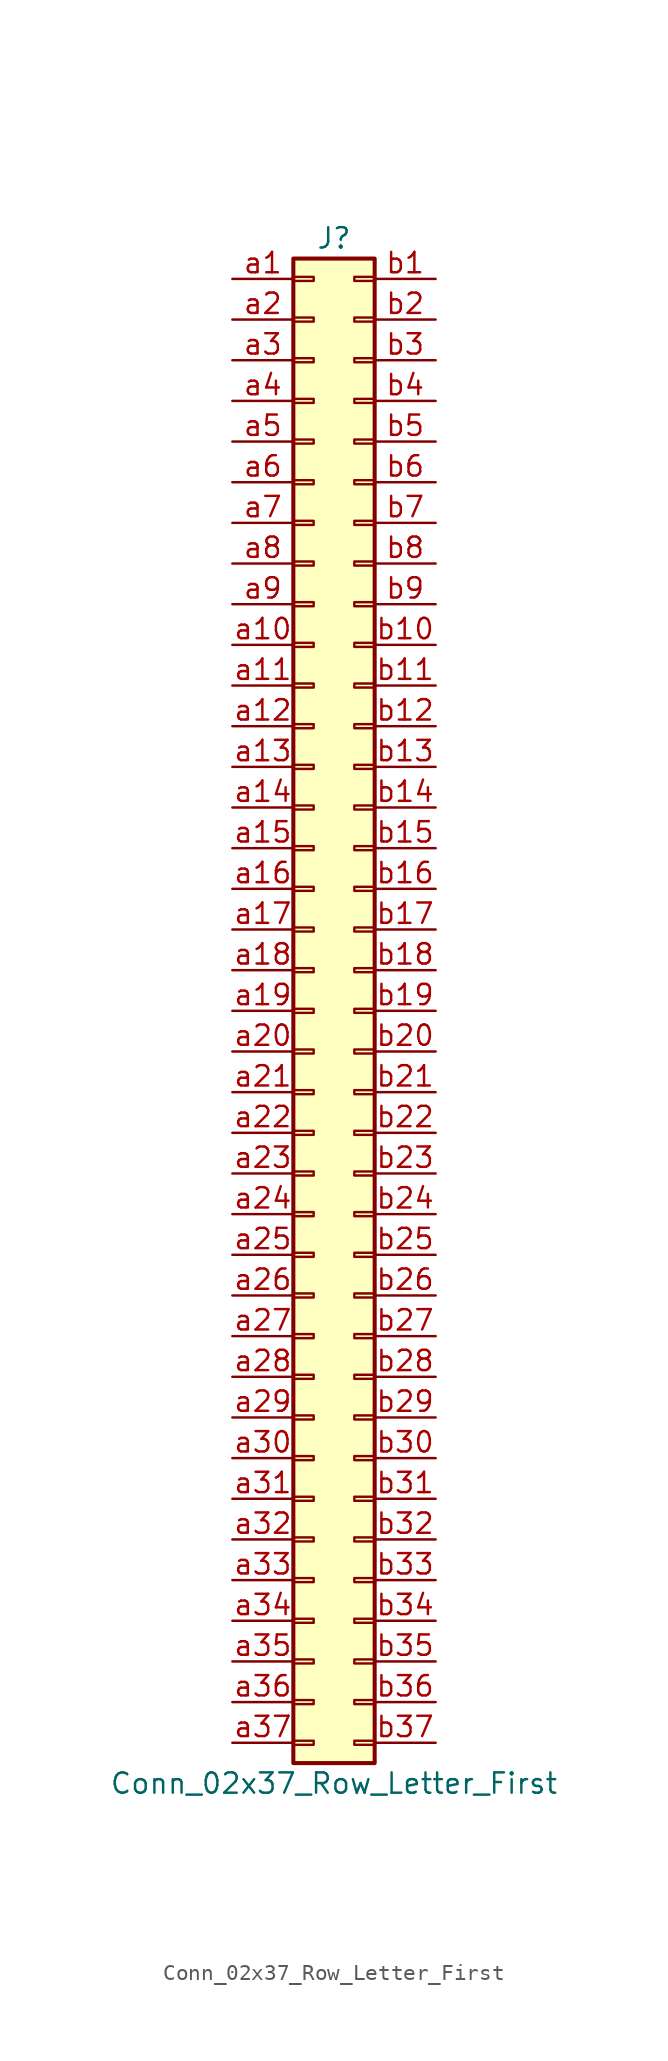
<source format=kicad_sym>
(kicad_symbol_lib
  (version 20201005)
  (generator kicad_symbol_editor)
  (symbol "Connector_Generic:Conn_02x37_Row_Letter_First"
    (pin_names
      (offset 1.016) hide)
    (property "Reference" "J"
      (at 1.27 48.26 0)
      (effects (font (size 1.27 1.27))))
    (property "Value" "Conn_02x37_Row_Letter_First"
      (at 1.27 -48.26 0)
      (effects (font (size 1.27 1.27))))
    (symbol "Conn_02x37_Row_Letter_First_1_1"
      (rectangle (start -1.27 -27.813) (end 0 -28.067) (stroke (width 0.152)) (fill (type none)))
      (rectangle (start -1.27 -30.353) (end 0 -30.607) (stroke (width 0.152)) (fill (type none)))
      (rectangle (start -1.27 -32.893) (end 0 -33.147) (stroke (width 0.152)) (fill (type none)))
      (rectangle (start -1.27 -35.433) (end 0 -35.687) (stroke (width 0.152)) (fill (type none)))
      (rectangle (start -1.27 -37.973) (end 0 -38.227) (stroke (width 0.152)) (fill (type none)))
      (rectangle (start -1.27 -40.513) (end 0 -40.767) (stroke (width 0.152)) (fill (type none)))
      (rectangle (start -1.27 -43.053) (end 0 -43.307) (stroke (width 0.152)) (fill (type none)))
      (rectangle (start -1.27 -45.593) (end 0 -45.847) (stroke (width 0.152)) (fill (type none)))
      (rectangle (start -1.27 -4.953) (end 0 -5.207) (stroke (width 0.152)) (fill (type none)))
      (rectangle (start -1.27 -7.493) (end 0 -7.747) (stroke (width 0.152)) (fill (type none)))
      (rectangle (start -1.27 -10.033) (end 0 -10.287) (stroke (width 0.152)) (fill (type none)))
      (rectangle (start -1.27 -12.573) (end 0 -12.827) (stroke (width 0.152)) (fill (type none)))
      (rectangle (start -1.27 -15.113) (end 0 -15.367) (stroke (width 0.152)) (fill (type none)))
      (rectangle (start -1.27 -17.653) (end 0 -17.907) (stroke (width 0.152)) (fill (type none)))
      (rectangle (start -1.27 -20.193) (end 0 -20.447) (stroke (width 0.152)) (fill (type none)))
      (rectangle (start -1.27 -22.733) (end 0 -22.987) (stroke (width 0.152)) (fill (type none)))
      (rectangle (start -1.27 -2.413) (end 0 -2.667) (stroke (width 0.152)) (fill (type none)))
      (rectangle (start -1.27 -25.273) (end 0 -25.527) (stroke (width 0.152)) (fill (type none)))
      (rectangle (start -1.27 25.527) (end 0 25.273) (stroke (width 0.152)) (fill (type none)))
      (rectangle (start -1.27 2.667) (end 0 2.413) (stroke (width 0.152)) (fill (type none)))
      (rectangle (start -1.27 28.067) (end 0 27.813) (stroke (width 0.152)) (fill (type none)))
      (rectangle (start -1.27 30.607) (end 0 30.353) (stroke (width 0.152)) (fill (type none)))
      (rectangle (start -1.27 33.147) (end 0 32.893) (stroke (width 0.152)) (fill (type none)))
      (rectangle (start -1.27 35.687) (end 0 35.433) (stroke (width 0.152)) (fill (type none)))
      (rectangle (start -1.27 38.227) (end 0 37.973) (stroke (width 0.152)) (fill (type none)))
      (rectangle (start -1.27 40.767) (end 0 40.513) (stroke (width 0.152)) (fill (type none)))
      (rectangle (start -1.27 43.307) (end 0 43.053) (stroke (width 0.152)) (fill (type none)))
      (rectangle (start -1.27 45.847) (end 0 45.593) (stroke (width 0.152)) (fill (type none)))
      (rectangle (start -1.27 46.99) (end 3.81 -46.99) (stroke (width 0.254)) (fill (type background)))
      (rectangle (start -1.27 5.207) (end 0 4.953) (stroke (width 0.152)) (fill (type none)))
      (rectangle (start -1.27 7.747) (end 0 7.493) (stroke (width 0.152)) (fill (type none)))
      (rectangle (start -1.27 10.287) (end 0 10.033) (stroke (width 0.152)) (fill (type none)))
      (rectangle (start -1.27 0.127) (end 0 -0.127) (stroke (width 0.152)) (fill (type none)))
      (rectangle (start -1.27 12.827) (end 0 12.573) (stroke (width 0.152)) (fill (type none)))
      (rectangle (start -1.27 15.367) (end 0 15.113) (stroke (width 0.152)) (fill (type none)))
      (rectangle (start -1.27 17.907) (end 0 17.653) (stroke (width 0.152)) (fill (type none)))
      (rectangle (start -1.27 20.447) (end 0 20.193) (stroke (width 0.152)) (fill (type none)))
      (rectangle (start -1.27 22.987) (end 0 22.733) (stroke (width 0.152)) (fill (type none)))
      (rectangle (start 3.81 -27.813) (end 2.54 -28.067) (stroke (width 0.152)) (fill (type none)))
      (rectangle (start 3.81 -30.353) (end 2.54 -30.607) (stroke (width 0.152)) (fill (type none)))
      (rectangle (start 3.81 -32.893) (end 2.54 -33.147) (stroke (width 0.152)) (fill (type none)))
      (rectangle (start 3.81 -35.433) (end 2.54 -35.687) (stroke (width 0.152)) (fill (type none)))
      (rectangle (start 3.81 -37.973) (end 2.54 -38.227) (stroke (width 0.152)) (fill (type none)))
      (rectangle (start 3.81 -40.513) (end 2.54 -40.767) (stroke (width 0.152)) (fill (type none)))
      (rectangle (start 3.81 -43.053) (end 2.54 -43.307) (stroke (width 0.152)) (fill (type none)))
      (rectangle (start 3.81 -45.593) (end 2.54 -45.847) (stroke (width 0.152)) (fill (type none)))
      (rectangle (start 3.81 -4.953) (end 2.54 -5.207) (stroke (width 0.152)) (fill (type none)))
      (rectangle (start 3.81 -7.493) (end 2.54 -7.747) (stroke (width 0.152)) (fill (type none)))
      (rectangle (start 3.81 -10.033) (end 2.54 -10.287) (stroke (width 0.152)) (fill (type none)))
      (rectangle (start 3.81 -12.573) (end 2.54 -12.827) (stroke (width 0.152)) (fill (type none)))
      (rectangle (start 3.81 -15.113) (end 2.54 -15.367) (stroke (width 0.152)) (fill (type none)))
      (rectangle (start 3.81 -17.653) (end 2.54 -17.907) (stroke (width 0.152)) (fill (type none)))
      (rectangle (start 3.81 -20.193) (end 2.54 -20.447) (stroke (width 0.152)) (fill (type none)))
      (rectangle (start 3.81 -22.733) (end 2.54 -22.987) (stroke (width 0.152)) (fill (type none)))
      (rectangle (start 3.81 -2.413) (end 2.54 -2.667) (stroke (width 0.152)) (fill (type none)))
      (rectangle (start 3.81 -25.273) (end 2.54 -25.527) (stroke (width 0.152)) (fill (type none)))
      (rectangle (start 3.81 25.527) (end 2.54 25.273) (stroke (width 0.152)) (fill (type none)))
      (rectangle (start 3.81 2.667) (end 2.54 2.413) (stroke (width 0.152)) (fill (type none)))
      (rectangle (start 3.81 28.067) (end 2.54 27.813) (stroke (width 0.152)) (fill (type none)))
      (rectangle (start 3.81 30.607) (end 2.54 30.353) (stroke (width 0.152)) (fill (type none)))
      (rectangle (start 3.81 33.147) (end 2.54 32.893) (stroke (width 0.152)) (fill (type none)))
      (rectangle (start 3.81 35.687) (end 2.54 35.433) (stroke (width 0.152)) (fill (type none)))
      (rectangle (start 3.81 38.227) (end 2.54 37.973) (stroke (width 0.152)) (fill (type none)))
      (rectangle (start 3.81 40.767) (end 2.54 40.513) (stroke (width 0.152)) (fill (type none)))
      (rectangle (start 3.81 43.307) (end 2.54 43.053) (stroke (width 0.152)) (fill (type none)))
      (rectangle (start 3.81 45.847) (end 2.54 45.593) (stroke (width 0.152)) (fill (type none)))
      (rectangle (start 3.81 5.207) (end 2.54 4.953) (stroke (width 0.152)) (fill (type none)))
      (rectangle (start 3.81 7.747) (end 2.54 7.493) (stroke (width 0.152)) (fill (type none)))
      (rectangle (start 3.81 10.287) (end 2.54 10.033) (stroke (width 0.152)) (fill (type none)))
      (rectangle (start 3.81 0.127) (end 2.54 -0.127) (stroke (width 0.152)) (fill (type none)))
      (rectangle (start 3.81 12.827) (end 2.54 12.573) (stroke (width 0.152)) (fill (type none)))
      (rectangle (start 3.81 15.367) (end 2.54 15.113) (stroke (width 0.152)) (fill (type none)))
      (rectangle (start 3.81 17.907) (end 2.54 17.653) (stroke (width 0.152)) (fill (type none)))
      (rectangle (start 3.81 20.447) (end 2.54 20.193) (stroke (width 0.152)) (fill (type none)))
      (rectangle (start 3.81 22.987) (end 2.54 22.733) (stroke (width 0.152)) (fill (type none)))
      (pin passive line (at -5.08 45.72 0) (length 3.81) (name "Pin_a1" (effects (font (size 1.27 1.27)))) (number "a1" (effects (font (size 1.27 1.27)))))
      (pin passive line (at -5.08 22.86 0) (length 3.81) (name "Pin_a10" (effects (font (size 1.27 1.27)))) (number "a10" (effects (font (size 1.27 1.27)))))
      (pin passive line (at -5.08 20.32 0) (length 3.81) (name "Pin_a11" (effects (font (size 1.27 1.27)))) (number "a11" (effects (font (size 1.27 1.27)))))
      (pin passive line (at -5.08 17.78 0) (length 3.81) (name "Pin_a12" (effects (font (size 1.27 1.27)))) (number "a12" (effects (font (size 1.27 1.27)))))
      (pin passive line (at -5.08 15.24 0) (length 3.81) (name "Pin_a13" (effects (font (size 1.27 1.27)))) (number "a13" (effects (font (size 1.27 1.27)))))
      (pin passive line (at -5.08 12.7 0) (length 3.81) (name "Pin_a14" (effects (font (size 1.27 1.27)))) (number "a14" (effects (font (size 1.27 1.27)))))
      (pin passive line (at -5.08 10.16 0) (length 3.81) (name "Pin_a15" (effects (font (size 1.27 1.27)))) (number "a15" (effects (font (size 1.27 1.27)))))
      (pin passive line (at -5.08 7.62 0) (length 3.81) (name "Pin_a16" (effects (font (size 1.27 1.27)))) (number "a16" (effects (font (size 1.27 1.27)))))
      (pin passive line (at -5.08 5.08 0) (length 3.81) (name "Pin_a17" (effects (font (size 1.27 1.27)))) (number "a17" (effects (font (size 1.27 1.27)))))
      (pin passive line (at -5.08 2.54 0) (length 3.81) (name "Pin_a18" (effects (font (size 1.27 1.27)))) (number "a18" (effects (font (size 1.27 1.27)))))
      (pin passive line (at -5.08 0 0) (length 3.81) (name "Pin_a19" (effects (font (size 1.27 1.27)))) (number "a19" (effects (font (size 1.27 1.27)))))
      (pin passive line (at -5.08 43.18 0) (length 3.81) (name "Pin_a2" (effects (font (size 1.27 1.27)))) (number "a2" (effects (font (size 1.27 1.27)))))
      (pin passive line (at -5.08 -2.54 0) (length 3.81) (name "Pin_a20" (effects (font (size 1.27 1.27)))) (number "a20" (effects (font (size 1.27 1.27)))))
      (pin passive line (at -5.08 -5.08 0) (length 3.81) (name "Pin_a21" (effects (font (size 1.27 1.27)))) (number "a21" (effects (font (size 1.27 1.27)))))
      (pin passive line (at -5.08 -7.62 0) (length 3.81) (name "Pin_a22" (effects (font (size 1.27 1.27)))) (number "a22" (effects (font (size 1.27 1.27)))))
      (pin passive line (at -5.08 -10.16 0) (length 3.81) (name "Pin_a23" (effects (font (size 1.27 1.27)))) (number "a23" (effects (font (size 1.27 1.27)))))
      (pin passive line (at -5.08 -12.7 0) (length 3.81) (name "Pin_a24" (effects (font (size 1.27 1.27)))) (number "a24" (effects (font (size 1.27 1.27)))))
      (pin passive line (at -5.08 -15.24 0) (length 3.81) (name "Pin_a25" (effects (font (size 1.27 1.27)))) (number "a25" (effects (font (size 1.27 1.27)))))
      (pin passive line (at -5.08 -17.78 0) (length 3.81) (name "Pin_a26" (effects (font (size 1.27 1.27)))) (number "a26" (effects (font (size 1.27 1.27)))))
      (pin passive line (at -5.08 -20.32 0) (length 3.81) (name "Pin_a27" (effects (font (size 1.27 1.27)))) (number "a27" (effects (font (size 1.27 1.27)))))
      (pin passive line (at -5.08 -22.86 0) (length 3.81) (name "Pin_a28" (effects (font (size 1.27 1.27)))) (number "a28" (effects (font (size 1.27 1.27)))))
      (pin passive line (at -5.08 -25.4 0) (length 3.81) (name "Pin_a29" (effects (font (size 1.27 1.27)))) (number "a29" (effects (font (size 1.27 1.27)))))
      (pin passive line (at -5.08 40.64 0) (length 3.81) (name "Pin_a3" (effects (font (size 1.27 1.27)))) (number "a3" (effects (font (size 1.27 1.27)))))
      (pin passive line (at -5.08 -27.94 0) (length 3.81) (name "Pin_a30" (effects (font (size 1.27 1.27)))) (number "a30" (effects (font (size 1.27 1.27)))))
      (pin passive line (at -5.08 -30.48 0) (length 3.81) (name "Pin_a31" (effects (font (size 1.27 1.27)))) (number "a31" (effects (font (size 1.27 1.27)))))
      (pin passive line (at -5.08 -33.02 0) (length 3.81) (name "Pin_a32" (effects (font (size 1.27 1.27)))) (number "a32" (effects (font (size 1.27 1.27)))))
      (pin passive line (at -5.08 -35.56 0) (length 3.81) (name "Pin_a33" (effects (font (size 1.27 1.27)))) (number "a33" (effects (font (size 1.27 1.27)))))
      (pin passive line (at -5.08 -38.1 0) (length 3.81) (name "Pin_a34" (effects (font (size 1.27 1.27)))) (number "a34" (effects (font (size 1.27 1.27)))))
      (pin passive line (at -5.08 -40.64 0) (length 3.81) (name "Pin_a35" (effects (font (size 1.27 1.27)))) (number "a35" (effects (font (size 1.27 1.27)))))
      (pin passive line (at -5.08 -43.18 0) (length 3.81) (name "Pin_a36" (effects (font (size 1.27 1.27)))) (number "a36" (effects (font (size 1.27 1.27)))))
      (pin passive line (at -5.08 -45.72 0) (length 3.81) (name "Pin_a37" (effects (font (size 1.27 1.27)))) (number "a37" (effects (font (size 1.27 1.27)))))
      (pin passive line (at -5.08 38.1 0) (length 3.81) (name "Pin_a4" (effects (font (size 1.27 1.27)))) (number "a4" (effects (font (size 1.27 1.27)))))
      (pin passive line (at -5.08 35.56 0) (length 3.81) (name "Pin_a5" (effects (font (size 1.27 1.27)))) (number "a5" (effects (font (size 1.27 1.27)))))
      (pin passive line (at -5.08 33.02 0) (length 3.81) (name "Pin_a6" (effects (font (size 1.27 1.27)))) (number "a6" (effects (font (size 1.27 1.27)))))
      (pin passive line (at -5.08 30.48 0) (length 3.81) (name "Pin_a7" (effects (font (size 1.27 1.27)))) (number "a7" (effects (font (size 1.27 1.27)))))
      (pin passive line (at -5.08 27.94 0) (length 3.81) (name "Pin_a8" (effects (font (size 1.27 1.27)))) (number "a8" (effects (font (size 1.27 1.27)))))
      (pin passive line (at -5.08 25.4 0) (length 3.81) (name "Pin_a9" (effects (font (size 1.27 1.27)))) (number "a9" (effects (font (size 1.27 1.27)))))
      (pin passive line (at 7.62 45.72 180) (length 3.81) (name "Pin_b1" (effects (font (size 1.27 1.27)))) (number "b1" (effects (font (size 1.27 1.27)))))
      (pin passive line (at 7.62 22.86 180) (length 3.81) (name "Pin_b10" (effects (font (size 1.27 1.27)))) (number "b10" (effects (font (size 1.27 1.27)))))
      (pin passive line (at 7.62 20.32 180) (length 3.81) (name "Pin_b11" (effects (font (size 1.27 1.27)))) (number "b11" (effects (font (size 1.27 1.27)))))
      (pin passive line (at 7.62 17.78 180) (length 3.81) (name "Pin_b12" (effects (font (size 1.27 1.27)))) (number "b12" (effects (font (size 1.27 1.27)))))
      (pin passive line (at 7.62 15.24 180) (length 3.81) (name "Pin_b13" (effects (font (size 1.27 1.27)))) (number "b13" (effects (font (size 1.27 1.27)))))
      (pin passive line (at 7.62 12.7 180) (length 3.81) (name "Pin_b14" (effects (font (size 1.27 1.27)))) (number "b14" (effects (font (size 1.27 1.27)))))
      (pin passive line (at 7.62 10.16 180) (length 3.81) (name "Pin_b15" (effects (font (size 1.27 1.27)))) (number "b15" (effects (font (size 1.27 1.27)))))
      (pin passive line (at 7.62 7.62 180) (length 3.81) (name "Pin_b16" (effects (font (size 1.27 1.27)))) (number "b16" (effects (font (size 1.27 1.27)))))
      (pin passive line (at 7.62 5.08 180) (length 3.81) (name "Pin_b17" (effects (font (size 1.27 1.27)))) (number "b17" (effects (font (size 1.27 1.27)))))
      (pin passive line (at 7.62 2.54 180) (length 3.81) (name "Pin_b18" (effects (font (size 1.27 1.27)))) (number "b18" (effects (font (size 1.27 1.27)))))
      (pin passive line (at 7.62 0 180) (length 3.81) (name "Pin_b19" (effects (font (size 1.27 1.27)))) (number "b19" (effects (font (size 1.27 1.27)))))
      (pin passive line (at 7.62 43.18 180) (length 3.81) (name "Pin_b2" (effects (font (size 1.27 1.27)))) (number "b2" (effects (font (size 1.27 1.27)))))
      (pin passive line (at 7.62 -2.54 180) (length 3.81) (name "Pin_b20" (effects (font (size 1.27 1.27)))) (number "b20" (effects (font (size 1.27 1.27)))))
      (pin passive line (at 7.62 -5.08 180) (length 3.81) (name "Pin_b21" (effects (font (size 1.27 1.27)))) (number "b21" (effects (font (size 1.27 1.27)))))
      (pin passive line (at 7.62 -7.62 180) (length 3.81) (name "Pin_b22" (effects (font (size 1.27 1.27)))) (number "b22" (effects (font (size 1.27 1.27)))))
      (pin passive line (at 7.62 -10.16 180) (length 3.81) (name "Pin_b23" (effects (font (size 1.27 1.27)))) (number "b23" (effects (font (size 1.27 1.27)))))
      (pin passive line (at 7.62 -12.7 180) (length 3.81) (name "Pin_b24" (effects (font (size 1.27 1.27)))) (number "b24" (effects (font (size 1.27 1.27)))))
      (pin passive line (at 7.62 -15.24 180) (length 3.81) (name "Pin_b25" (effects (font (size 1.27 1.27)))) (number "b25" (effects (font (size 1.27 1.27)))))
      (pin passive line (at 7.62 -17.78 180) (length 3.81) (name "Pin_b26" (effects (font (size 1.27 1.27)))) (number "b26" (effects (font (size 1.27 1.27)))))
      (pin passive line (at 7.62 -20.32 180) (length 3.81) (name "Pin_b27" (effects (font (size 1.27 1.27)))) (number "b27" (effects (font (size 1.27 1.27)))))
      (pin passive line (at 7.62 -22.86 180) (length 3.81) (name "Pin_b28" (effects (font (size 1.27 1.27)))) (number "b28" (effects (font (size 1.27 1.27)))))
      (pin passive line (at 7.62 -25.4 180) (length 3.81) (name "Pin_b29" (effects (font (size 1.27 1.27)))) (number "b29" (effects (font (size 1.27 1.27)))))
      (pin passive line (at 7.62 40.64 180) (length 3.81) (name "Pin_b3" (effects (font (size 1.27 1.27)))) (number "b3" (effects (font (size 1.27 1.27)))))
      (pin passive line (at 7.62 -27.94 180) (length 3.81) (name "Pin_b30" (effects (font (size 1.27 1.27)))) (number "b30" (effects (font (size 1.27 1.27)))))
      (pin passive line (at 7.62 -30.48 180) (length 3.81) (name "Pin_b31" (effects (font (size 1.27 1.27)))) (number "b31" (effects (font (size 1.27 1.27)))))
      (pin passive line (at 7.62 -33.02 180) (length 3.81) (name "Pin_b32" (effects (font (size 1.27 1.27)))) (number "b32" (effects (font (size 1.27 1.27)))))
      (pin passive line (at 7.62 -35.56 180) (length 3.81) (name "Pin_b33" (effects (font (size 1.27 1.27)))) (number "b33" (effects (font (size 1.27 1.27)))))
      (pin passive line (at 7.62 -38.1 180) (length 3.81) (name "Pin_b34" (effects (font (size 1.27 1.27)))) (number "b34" (effects (font (size 1.27 1.27)))))
      (pin passive line (at 7.62 -40.64 180) (length 3.81) (name "Pin_b35" (effects (font (size 1.27 1.27)))) (number "b35" (effects (font (size 1.27 1.27)))))
      (pin passive line (at 7.62 -43.18 180) (length 3.81) (name "Pin_b36" (effects (font (size 1.27 1.27)))) (number "b36" (effects (font (size 1.27 1.27)))))
      (pin passive line (at 7.62 -45.72 180) (length 3.81) (name "Pin_b37" (effects (font (size 1.27 1.27)))) (number "b37" (effects (font (size 1.27 1.27)))))
      (pin passive line (at 7.62 38.1 180) (length 3.81) (name "Pin_b4" (effects (font (size 1.27 1.27)))) (number "b4" (effects (font (size 1.27 1.27)))))
      (pin passive line (at 7.62 35.56 180) (length 3.81) (name "Pin_b5" (effects (font (size 1.27 1.27)))) (number "b5" (effects (font (size 1.27 1.27)))))
      (pin passive line (at 7.62 33.02 180) (length 3.81) (name "Pin_b6" (effects (font (size 1.27 1.27)))) (number "b6" (effects (font (size 1.27 1.27)))))
      (pin passive line (at 7.62 30.48 180) (length 3.81) (name "Pin_b7" (effects (font (size 1.27 1.27)))) (number "b7" (effects (font (size 1.27 1.27)))))
      (pin passive line (at 7.62 27.94 180) (length 3.81) (name "Pin_b8" (effects (font (size 1.27 1.27)))) (number "b8" (effects (font (size 1.27 1.27)))))
      (pin passive line (at 7.62 25.4 180) (length 3.81) (name "Pin_b9" (effects (font (size 1.27 1.27)))) (number "b9" (effects (font (size 1.27 1.27))))))))
</source>
